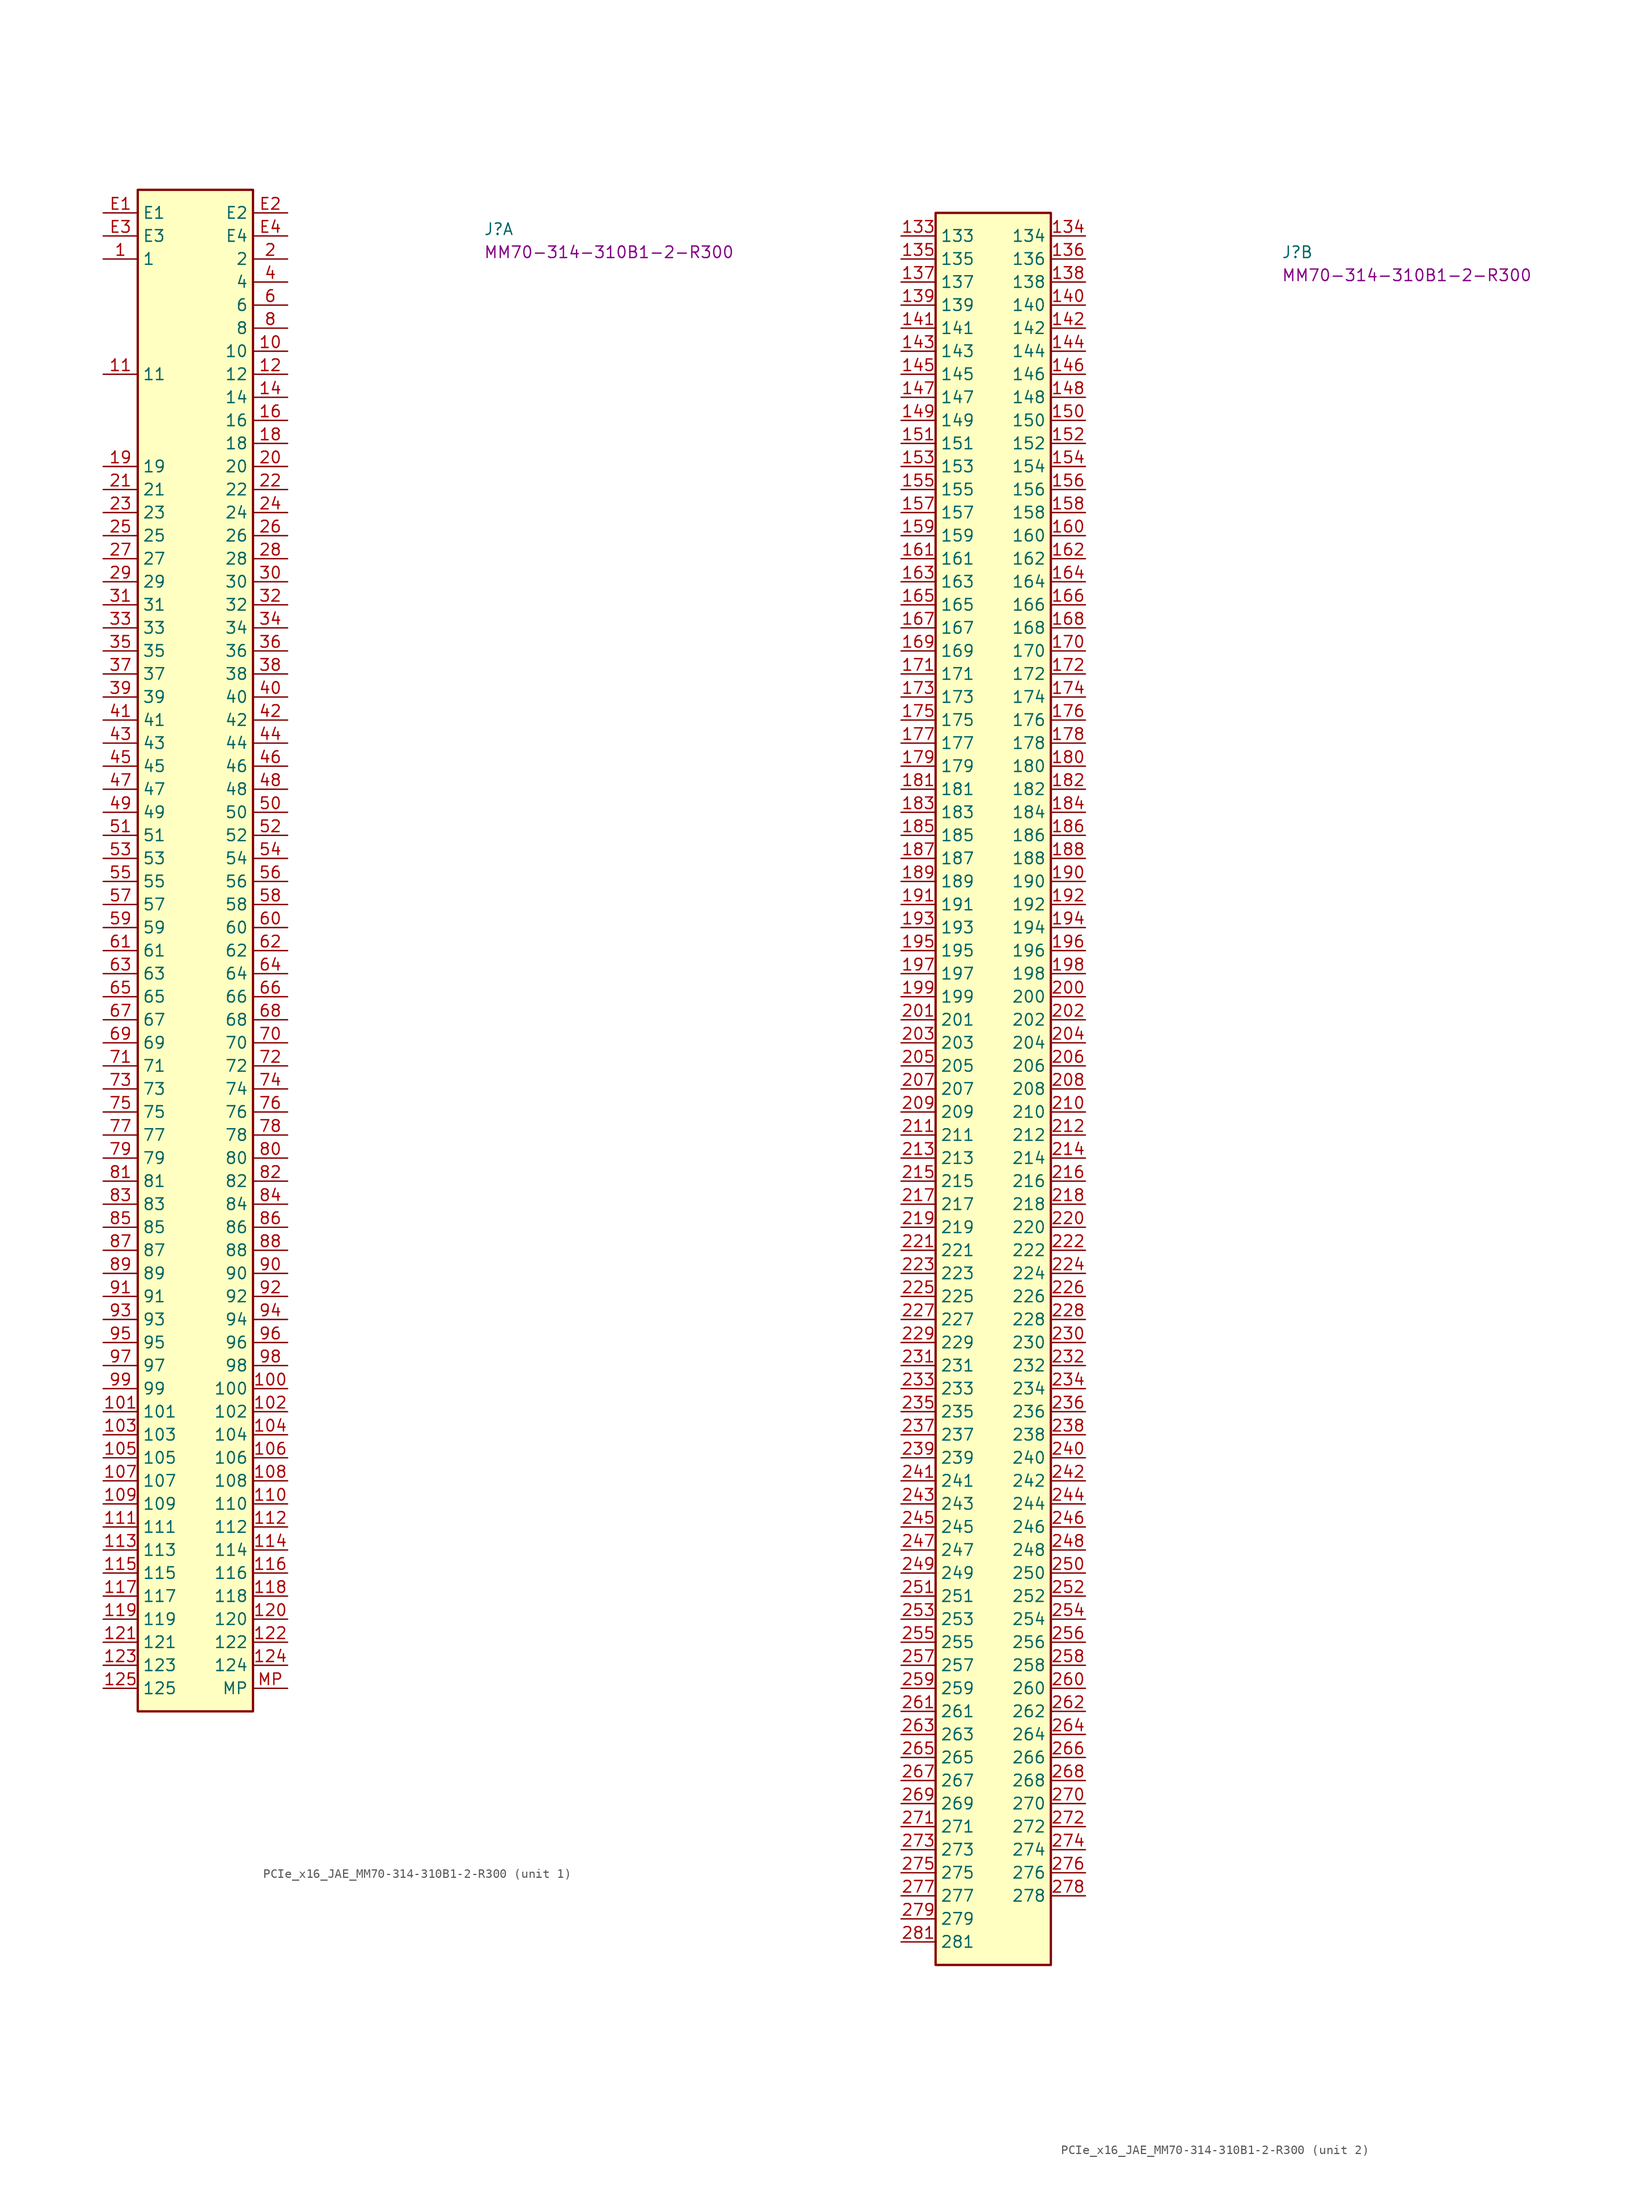
<source format=kicad_sym>
(kicad_symbol_lib
  (version 20220914)
  (generator kicad_symbol_editor)
  (symbol "PCIe_x16_JAE_MM70-314-310B1-2-R300"
    (property "Reference" "J"
      (at 41.91 -2.54 0)
      (effects (font (size 1.27 1.27) (thickness 0.15)) (justify left bottom)))
    (property "MPN" "MM70-314-310B1-2-R300"
      (at 41.91 -5.08 0)
      (effects (font (size 1.27 1.27) (thickness 0.15)) (justify left bottom)))
    (property "ki_locked" ""
      (at 0 0 0)
      (effects (font (size 1.27 1.27))))
    (symbol "PCIe_x16_JAE_MM70-314-310B1-2-R300_1_1"
      (rectangle (start 3.81 2.54) (end 16.51 -165.1) (stroke (width 0.254) (type default)) (fill (type background)))
      (pin passive line (at 0 -5.08 0) (length 3.81) (name "1" (effects (font (size 1.27 1.27)))) (number "1" (effects (font (size 1.27 1.27)))))
      (pin passive line (at 20.32 -15.24 180) (length 3.81) (name "10" (effects (font (size 1.27 1.27)))) (number "10" (effects (font (size 1.27 1.27)))))
      (pin passive line (at 20.32 -129.54 180) (length 3.81) (name "100" (effects (font (size 1.27 1.27)))) (number "100" (effects (font (size 1.27 1.27)))))
      (pin passive line (at 0 -132.08 0) (length 3.81) (name "101" (effects (font (size 1.27 1.27)))) (number "101" (effects (font (size 1.27 1.27)))))
      (pin passive line (at 20.32 -132.08 180) (length 3.81) (name "102" (effects (font (size 1.27 1.27)))) (number "102" (effects (font (size 1.27 1.27)))))
      (pin passive line (at 0 -134.62 0) (length 3.81) (name "103" (effects (font (size 1.27 1.27)))) (number "103" (effects (font (size 1.27 1.27)))))
      (pin passive line (at 20.32 -134.62 180) (length 3.81) (name "104" (effects (font (size 1.27 1.27)))) (number "104" (effects (font (size 1.27 1.27)))))
      (pin passive line (at 0 -137.16 0) (length 3.81) (name "105" (effects (font (size 1.27 1.27)))) (number "105" (effects (font (size 1.27 1.27)))))
      (pin passive line (at 20.32 -137.16 180) (length 3.81) (name "106" (effects (font (size 1.27 1.27)))) (number "106" (effects (font (size 1.27 1.27)))))
      (pin passive line (at 0 -139.7 0) (length 3.81) (name "107" (effects (font (size 1.27 1.27)))) (number "107" (effects (font (size 1.27 1.27)))))
      (pin passive line (at 20.32 -139.7 180) (length 3.81) (name "108" (effects (font (size 1.27 1.27)))) (number "108" (effects (font (size 1.27 1.27)))))
      (pin passive line (at 0 -142.24 0) (length 3.81) (name "109" (effects (font (size 1.27 1.27)))) (number "109" (effects (font (size 1.27 1.27)))))
      (pin passive line (at 0 -17.78 0) (length 3.81) (name "11" (effects (font (size 1.27 1.27)))) (number "11" (effects (font (size 1.27 1.27)))))
      (pin passive line (at 20.32 -142.24 180) (length 3.81) (name "110" (effects (font (size 1.27 1.27)))) (number "110" (effects (font (size 1.27 1.27)))))
      (pin passive line (at 0 -144.78 0) (length 3.81) (name "111" (effects (font (size 1.27 1.27)))) (number "111" (effects (font (size 1.27 1.27)))))
      (pin passive line (at 20.32 -144.78 180) (length 3.81) (name "112" (effects (font (size 1.27 1.27)))) (number "112" (effects (font (size 1.27 1.27)))))
      (pin passive line (at 0 -147.32 0) (length 3.81) (name "113" (effects (font (size 1.27 1.27)))) (number "113" (effects (font (size 1.27 1.27)))))
      (pin passive line (at 20.32 -147.32 180) (length 3.81) (name "114" (effects (font (size 1.27 1.27)))) (number "114" (effects (font (size 1.27 1.27)))))
      (pin passive line (at 0 -149.86 0) (length 3.81) (name "115" (effects (font (size 1.27 1.27)))) (number "115" (effects (font (size 1.27 1.27)))))
      (pin passive line (at 20.32 -149.86 180) (length 3.81) (name "116" (effects (font (size 1.27 1.27)))) (number "116" (effects (font (size 1.27 1.27)))))
      (pin passive line (at 0 -152.4 0) (length 3.81) (name "117" (effects (font (size 1.27 1.27)))) (number "117" (effects (font (size 1.27 1.27)))))
      (pin passive line (at 20.32 -152.4 180) (length 3.81) (name "118" (effects (font (size 1.27 1.27)))) (number "118" (effects (font (size 1.27 1.27)))))
      (pin passive line (at 0 -154.94 0) (length 3.81) (name "119" (effects (font (size 1.27 1.27)))) (number "119" (effects (font (size 1.27 1.27)))))
      (pin passive line (at 20.32 -17.78 180) (length 3.81) (name "12" (effects (font (size 1.27 1.27)))) (number "12" (effects (font (size 1.27 1.27)))))
      (pin passive line (at 20.32 -154.94 180) (length 3.81) (name "120" (effects (font (size 1.27 1.27)))) (number "120" (effects (font (size 1.27 1.27)))))
      (pin passive line (at 0 -157.48 0) (length 3.81) (name "121" (effects (font (size 1.27 1.27)))) (number "121" (effects (font (size 1.27 1.27)))))
      (pin passive line (at 20.32 -157.48 180) (length 3.81) (name "122" (effects (font (size 1.27 1.27)))) (number "122" (effects (font (size 1.27 1.27)))))
      (pin passive line (at 0 -160.02 0) (length 3.81) (name "123" (effects (font (size 1.27 1.27)))) (number "123" (effects (font (size 1.27 1.27)))))
      (pin passive line (at 20.32 -160.02 180) (length 3.81) (name "124" (effects (font (size 1.27 1.27)))) (number "124" (effects (font (size 1.27 1.27)))))
      (pin passive line (at 0 -162.56 0) (length 3.81) (name "125" (effects (font (size 1.27 1.27)))) (number "125" (effects (font (size 1.27 1.27)))))
      (pin passive line (at 20.32 -20.32 180) (length 3.81) (name "14" (effects (font (size 1.27 1.27)))) (number "14" (effects (font (size 1.27 1.27)))))
      (pin passive line (at 20.32 -22.86 180) (length 3.81) (name "16" (effects (font (size 1.27 1.27)))) (number "16" (effects (font (size 1.27 1.27)))))
      (pin passive line (at 20.32 -25.4 180) (length 3.81) (name "18" (effects (font (size 1.27 1.27)))) (number "18" (effects (font (size 1.27 1.27)))))
      (pin passive line (at 0 -27.94 0) (length 3.81) (name "19" (effects (font (size 1.27 1.27)))) (number "19" (effects (font (size 1.27 1.27)))))
      (pin passive line (at 20.32 -5.08 180) (length 3.81) (name "2" (effects (font (size 1.27 1.27)))) (number "2" (effects (font (size 1.27 1.27)))))
      (pin passive line (at 20.32 -27.94 180) (length 3.81) (name "20" (effects (font (size 1.27 1.27)))) (number "20" (effects (font (size 1.27 1.27)))))
      (pin passive line (at 0 -30.48 0) (length 3.81) (name "21" (effects (font (size 1.27 1.27)))) (number "21" (effects (font (size 1.27 1.27)))))
      (pin passive line (at 20.32 -30.48 180) (length 3.81) (name "22" (effects (font (size 1.27 1.27)))) (number "22" (effects (font (size 1.27 1.27)))))
      (pin passive line (at 0 -33.02 0) (length 3.81) (name "23" (effects (font (size 1.27 1.27)))) (number "23" (effects (font (size 1.27 1.27)))))
      (pin passive line (at 20.32 -33.02 180) (length 3.81) (name "24" (effects (font (size 1.27 1.27)))) (number "24" (effects (font (size 1.27 1.27)))))
      (pin passive line (at 0 -35.56 0) (length 3.81) (name "25" (effects (font (size 1.27 1.27)))) (number "25" (effects (font (size 1.27 1.27)))))
      (pin passive line (at 20.32 -35.56 180) (length 3.81) (name "26" (effects (font (size 1.27 1.27)))) (number "26" (effects (font (size 1.27 1.27)))))
      (pin passive line (at 0 -38.1 0) (length 3.81) (name "27" (effects (font (size 1.27 1.27)))) (number "27" (effects (font (size 1.27 1.27)))))
      (pin passive line (at 20.32 -38.1 180) (length 3.81) (name "28" (effects (font (size 1.27 1.27)))) (number "28" (effects (font (size 1.27 1.27)))))
      (pin passive line (at 0 -40.64 0) (length 3.81) (name "29" (effects (font (size 1.27 1.27)))) (number "29" (effects (font (size 1.27 1.27)))))
      (pin passive line (at 20.32 -40.64 180) (length 3.81) (name "30" (effects (font (size 1.27 1.27)))) (number "30" (effects (font (size 1.27 1.27)))))
      (pin passive line (at 0 -43.18 0) (length 3.81) (name "31" (effects (font (size 1.27 1.27)))) (number "31" (effects (font (size 1.27 1.27)))))
      (pin passive line (at 20.32 -43.18 180) (length 3.81) (name "32" (effects (font (size 1.27 1.27)))) (number "32" (effects (font (size 1.27 1.27)))))
      (pin passive line (at 0 -45.72 0) (length 3.81) (name "33" (effects (font (size 1.27 1.27)))) (number "33" (effects (font (size 1.27 1.27)))))
      (pin passive line (at 20.32 -45.72 180) (length 3.81) (name "34" (effects (font (size 1.27 1.27)))) (number "34" (effects (font (size 1.27 1.27)))))
      (pin passive line (at 0 -48.26 0) (length 3.81) (name "35" (effects (font (size 1.27 1.27)))) (number "35" (effects (font (size 1.27 1.27)))))
      (pin passive line (at 20.32 -48.26 180) (length 3.81) (name "36" (effects (font (size 1.27 1.27)))) (number "36" (effects (font (size 1.27 1.27)))))
      (pin passive line (at 0 -50.8 0) (length 3.81) (name "37" (effects (font (size 1.27 1.27)))) (number "37" (effects (font (size 1.27 1.27)))))
      (pin passive line (at 20.32 -50.8 180) (length 3.81) (name "38" (effects (font (size 1.27 1.27)))) (number "38" (effects (font (size 1.27 1.27)))))
      (pin passive line (at 0 -53.34 0) (length 3.81) (name "39" (effects (font (size 1.27 1.27)))) (number "39" (effects (font (size 1.27 1.27)))))
      (pin passive line (at 20.32 -7.62 180) (length 3.81) (name "4" (effects (font (size 1.27 1.27)))) (number "4" (effects (font (size 1.27 1.27)))))
      (pin passive line (at 20.32 -53.34 180) (length 3.81) (name "40" (effects (font (size 1.27 1.27)))) (number "40" (effects (font (size 1.27 1.27)))))
      (pin passive line (at 0 -55.88 0) (length 3.81) (name "41" (effects (font (size 1.27 1.27)))) (number "41" (effects (font (size 1.27 1.27)))))
      (pin passive line (at 20.32 -55.88 180) (length 3.81) (name "42" (effects (font (size 1.27 1.27)))) (number "42" (effects (font (size 1.27 1.27)))))
      (pin passive line (at 0 -58.42 0) (length 3.81) (name "43" (effects (font (size 1.27 1.27)))) (number "43" (effects (font (size 1.27 1.27)))))
      (pin passive line (at 20.32 -58.42 180) (length 3.81) (name "44" (effects (font (size 1.27 1.27)))) (number "44" (effects (font (size 1.27 1.27)))))
      (pin passive line (at 0 -60.96 0) (length 3.81) (name "45" (effects (font (size 1.27 1.27)))) (number "45" (effects (font (size 1.27 1.27)))))
      (pin passive line (at 20.32 -60.96 180) (length 3.81) (name "46" (effects (font (size 1.27 1.27)))) (number "46" (effects (font (size 1.27 1.27)))))
      (pin passive line (at 0 -63.5 0) (length 3.81) (name "47" (effects (font (size 1.27 1.27)))) (number "47" (effects (font (size 1.27 1.27)))))
      (pin passive line (at 20.32 -63.5 180) (length 3.81) (name "48" (effects (font (size 1.27 1.27)))) (number "48" (effects (font (size 1.27 1.27)))))
      (pin passive line (at 0 -66.04 0) (length 3.81) (name "49" (effects (font (size 1.27 1.27)))) (number "49" (effects (font (size 1.27 1.27)))))
      (pin passive line (at 20.32 -66.04 180) (length 3.81) (name "50" (effects (font (size 1.27 1.27)))) (number "50" (effects (font (size 1.27 1.27)))))
      (pin passive line (at 0 -68.58 0) (length 3.81) (name "51" (effects (font (size 1.27 1.27)))) (number "51" (effects (font (size 1.27 1.27)))))
      (pin passive line (at 20.32 -68.58 180) (length 3.81) (name "52" (effects (font (size 1.27 1.27)))) (number "52" (effects (font (size 1.27 1.27)))))
      (pin passive line (at 0 -71.12 0) (length 3.81) (name "53" (effects (font (size 1.27 1.27)))) (number "53" (effects (font (size 1.27 1.27)))))
      (pin passive line (at 20.32 -71.12 180) (length 3.81) (name "54" (effects (font (size 1.27 1.27)))) (number "54" (effects (font (size 1.27 1.27)))))
      (pin passive line (at 0 -73.66 0) (length 3.81) (name "55" (effects (font (size 1.27 1.27)))) (number "55" (effects (font (size 1.27 1.27)))))
      (pin passive line (at 20.32 -73.66 180) (length 3.81) (name "56" (effects (font (size 1.27 1.27)))) (number "56" (effects (font (size 1.27 1.27)))))
      (pin passive line (at 0 -76.2 0) (length 3.81) (name "57" (effects (font (size 1.27 1.27)))) (number "57" (effects (font (size 1.27 1.27)))))
      (pin passive line (at 20.32 -76.2 180) (length 3.81) (name "58" (effects (font (size 1.27 1.27)))) (number "58" (effects (font (size 1.27 1.27)))))
      (pin passive line (at 0 -78.74 0) (length 3.81) (name "59" (effects (font (size 1.27 1.27)))) (number "59" (effects (font (size 1.27 1.27)))))
      (pin passive line (at 20.32 -10.16 180) (length 3.81) (name "6" (effects (font (size 1.27 1.27)))) (number "6" (effects (font (size 1.27 1.27)))))
      (pin passive line (at 20.32 -78.74 180) (length 3.81) (name "60" (effects (font (size 1.27 1.27)))) (number "60" (effects (font (size 1.27 1.27)))))
      (pin passive line (at 0 -81.28 0) (length 3.81) (name "61" (effects (font (size 1.27 1.27)))) (number "61" (effects (font (size 1.27 1.27)))))
      (pin passive line (at 20.32 -81.28 180) (length 3.81) (name "62" (effects (font (size 1.27 1.27)))) (number "62" (effects (font (size 1.27 1.27)))))
      (pin passive line (at 0 -83.82 0) (length 3.81) (name "63" (effects (font (size 1.27 1.27)))) (number "63" (effects (font (size 1.27 1.27)))))
      (pin passive line (at 20.32 -83.82 180) (length 3.81) (name "64" (effects (font (size 1.27 1.27)))) (number "64" (effects (font (size 1.27 1.27)))))
      (pin passive line (at 0 -86.36 0) (length 3.81) (name "65" (effects (font (size 1.27 1.27)))) (number "65" (effects (font (size 1.27 1.27)))))
      (pin passive line (at 20.32 -86.36 180) (length 3.81) (name "66" (effects (font (size 1.27 1.27)))) (number "66" (effects (font (size 1.27 1.27)))))
      (pin passive line (at 0 -88.9 0) (length 3.81) (name "67" (effects (font (size 1.27 1.27)))) (number "67" (effects (font (size 1.27 1.27)))))
      (pin passive line (at 20.32 -88.9 180) (length 3.81) (name "68" (effects (font (size 1.27 1.27)))) (number "68" (effects (font (size 1.27 1.27)))))
      (pin passive line (at 0 -91.44 0) (length 3.81) (name "69" (effects (font (size 1.27 1.27)))) (number "69" (effects (font (size 1.27 1.27)))))
      (pin passive line (at 20.32 -91.44 180) (length 3.81) (name "70" (effects (font (size 1.27 1.27)))) (number "70" (effects (font (size 1.27 1.27)))))
      (pin passive line (at 0 -93.98 0) (length 3.81) (name "71" (effects (font (size 1.27 1.27)))) (number "71" (effects (font (size 1.27 1.27)))))
      (pin passive line (at 20.32 -93.98 180) (length 3.81) (name "72" (effects (font (size 1.27 1.27)))) (number "72" (effects (font (size 1.27 1.27)))))
      (pin passive line (at 0 -96.52 0) (length 3.81) (name "73" (effects (font (size 1.27 1.27)))) (number "73" (effects (font (size 1.27 1.27)))))
      (pin passive line (at 20.32 -96.52 180) (length 3.81) (name "74" (effects (font (size 1.27 1.27)))) (number "74" (effects (font (size 1.27 1.27)))))
      (pin passive line (at 0 -99.06 0) (length 3.81) (name "75" (effects (font (size 1.27 1.27)))) (number "75" (effects (font (size 1.27 1.27)))))
      (pin passive line (at 20.32 -99.06 180) (length 3.81) (name "76" (effects (font (size 1.27 1.27)))) (number "76" (effects (font (size 1.27 1.27)))))
      (pin passive line (at 0 -101.6 0) (length 3.81) (name "77" (effects (font (size 1.27 1.27)))) (number "77" (effects (font (size 1.27 1.27)))))
      (pin passive line (at 20.32 -101.6 180) (length 3.81) (name "78" (effects (font (size 1.27 1.27)))) (number "78" (effects (font (size 1.27 1.27)))))
      (pin passive line (at 0 -104.14 0) (length 3.81) (name "79" (effects (font (size 1.27 1.27)))) (number "79" (effects (font (size 1.27 1.27)))))
      (pin passive line (at 20.32 -12.7 180) (length 3.81) (name "8" (effects (font (size 1.27 1.27)))) (number "8" (effects (font (size 1.27 1.27)))))
      (pin passive line (at 20.32 -104.14 180) (length 3.81) (name "80" (effects (font (size 1.27 1.27)))) (number "80" (effects (font (size 1.27 1.27)))))
      (pin passive line (at 0 -106.68 0) (length 3.81) (name "81" (effects (font (size 1.27 1.27)))) (number "81" (effects (font (size 1.27 1.27)))))
      (pin passive line (at 20.32 -106.68 180) (length 3.81) (name "82" (effects (font (size 1.27 1.27)))) (number "82" (effects (font (size 1.27 1.27)))))
      (pin passive line (at 0 -109.22 0) (length 3.81) (name "83" (effects (font (size 1.27 1.27)))) (number "83" (effects (font (size 1.27 1.27)))))
      (pin passive line (at 20.32 -109.22 180) (length 3.81) (name "84" (effects (font (size 1.27 1.27)))) (number "84" (effects (font (size 1.27 1.27)))))
      (pin passive line (at 0 -111.76 0) (length 3.81) (name "85" (effects (font (size 1.27 1.27)))) (number "85" (effects (font (size 1.27 1.27)))))
      (pin passive line (at 20.32 -111.76 180) (length 3.81) (name "86" (effects (font (size 1.27 1.27)))) (number "86" (effects (font (size 1.27 1.27)))))
      (pin passive line (at 0 -114.3 0) (length 3.81) (name "87" (effects (font (size 1.27 1.27)))) (number "87" (effects (font (size 1.27 1.27)))))
      (pin passive line (at 20.32 -114.3 180) (length 3.81) (name "88" (effects (font (size 1.27 1.27)))) (number "88" (effects (font (size 1.27 1.27)))))
      (pin passive line (at 0 -116.84 0) (length 3.81) (name "89" (effects (font (size 1.27 1.27)))) (number "89" (effects (font (size 1.27 1.27)))))
      (pin passive line (at 20.32 -116.84 180) (length 3.81) (name "90" (effects (font (size 1.27 1.27)))) (number "90" (effects (font (size 1.27 1.27)))))
      (pin passive line (at 0 -119.38 0) (length 3.81) (name "91" (effects (font (size 1.27 1.27)))) (number "91" (effects (font (size 1.27 1.27)))))
      (pin passive line (at 20.32 -119.38 180) (length 3.81) (name "92" (effects (font (size 1.27 1.27)))) (number "92" (effects (font (size 1.27 1.27)))))
      (pin passive line (at 0 -121.92 0) (length 3.81) (name "93" (effects (font (size 1.27 1.27)))) (number "93" (effects (font (size 1.27 1.27)))))
      (pin passive line (at 20.32 -121.92 180) (length 3.81) (name "94" (effects (font (size 1.27 1.27)))) (number "94" (effects (font (size 1.27 1.27)))))
      (pin passive line (at 0 -124.46 0) (length 3.81) (name "95" (effects (font (size 1.27 1.27)))) (number "95" (effects (font (size 1.27 1.27)))))
      (pin passive line (at 20.32 -124.46 180) (length 3.81) (name "96" (effects (font (size 1.27 1.27)))) (number "96" (effects (font (size 1.27 1.27)))))
      (pin passive line (at 0 -127 0) (length 3.81) (name "97" (effects (font (size 1.27 1.27)))) (number "97" (effects (font (size 1.27 1.27)))))
      (pin passive line (at 20.32 -127 180) (length 3.81) (name "98" (effects (font (size 1.27 1.27)))) (number "98" (effects (font (size 1.27 1.27)))))
      (pin passive line (at 0 -129.54 0) (length 3.81) (name "99" (effects (font (size 1.27 1.27)))) (number "99" (effects (font (size 1.27 1.27)))))
      (pin passive line (at 0 0 0) (length 3.81) (name "E1" (effects (font (size 1.27 1.27)))) (number "E1" (effects (font (size 1.27 1.27)))))
      (pin passive line (at 20.32 0 180) (length 3.81) (name "E2" (effects (font (size 1.27 1.27)))) (number "E2" (effects (font (size 1.27 1.27)))))
      (pin passive line (at 0 -2.54 0) (length 3.81) (name "E3" (effects (font (size 1.27 1.27)))) (number "E3" (effects (font (size 1.27 1.27)))))
      (pin passive line (at 20.32 -2.54 180) (length 3.81) (name "E4" (effects (font (size 1.27 1.27)))) (number "E4" (effects (font (size 1.27 1.27)))))
      (pin passive line (at 20.32 -162.56 180) (length 3.81) (name "MP" (effects (font (size 1.27 1.27)))) (number "MP" (effects (font (size 1.27 1.27))))))
    (symbol "PCIe_x16_JAE_MM70-314-310B1-2-R300_2_1"
      (rectangle (start 3.81 2.54) (end 16.51 -190.5) (stroke (width 0.254) (type default)) (fill (type background)))
      (pin passive line (at 0 0 0) (length 3.81) (name "133" (effects (font (size 1.27 1.27)))) (number "133" (effects (font (size 1.27 1.27)))))
      (pin passive line (at 20.32 0 180) (length 3.81) (name "134" (effects (font (size 1.27 1.27)))) (number "134" (effects (font (size 1.27 1.27)))))
      (pin passive line (at 0 -2.54 0) (length 3.81) (name "135" (effects (font (size 1.27 1.27)))) (number "135" (effects (font (size 1.27 1.27)))))
      (pin passive line (at 20.32 -2.54 180) (length 3.81) (name "136" (effects (font (size 1.27 1.27)))) (number "136" (effects (font (size 1.27 1.27)))))
      (pin passive line (at 0 -5.08 0) (length 3.81) (name "137" (effects (font (size 1.27 1.27)))) (number "137" (effects (font (size 1.27 1.27)))))
      (pin passive line (at 20.32 -5.08 180) (length 3.81) (name "138" (effects (font (size 1.27 1.27)))) (number "138" (effects (font (size 1.27 1.27)))))
      (pin passive line (at 0 -7.62 0) (length 3.81) (name "139" (effects (font (size 1.27 1.27)))) (number "139" (effects (font (size 1.27 1.27)))))
      (pin passive line (at 20.32 -7.62 180) (length 3.81) (name "140" (effects (font (size 1.27 1.27)))) (number "140" (effects (font (size 1.27 1.27)))))
      (pin passive line (at 0 -10.16 0) (length 3.81) (name "141" (effects (font (size 1.27 1.27)))) (number "141" (effects (font (size 1.27 1.27)))))
      (pin passive line (at 20.32 -10.16 180) (length 3.81) (name "142" (effects (font (size 1.27 1.27)))) (number "142" (effects (font (size 1.27 1.27)))))
      (pin passive line (at 0 -12.7 0) (length 3.81) (name "143" (effects (font (size 1.27 1.27)))) (number "143" (effects (font (size 1.27 1.27)))))
      (pin passive line (at 20.32 -12.7 180) (length 3.81) (name "144" (effects (font (size 1.27 1.27)))) (number "144" (effects (font (size 1.27 1.27)))))
      (pin passive line (at 0 -15.24 0) (length 3.81) (name "145" (effects (font (size 1.27 1.27)))) (number "145" (effects (font (size 1.27 1.27)))))
      (pin passive line (at 20.32 -15.24 180) (length 3.81) (name "146" (effects (font (size 1.27 1.27)))) (number "146" (effects (font (size 1.27 1.27)))))
      (pin passive line (at 0 -17.78 0) (length 3.81) (name "147" (effects (font (size 1.27 1.27)))) (number "147" (effects (font (size 1.27 1.27)))))
      (pin passive line (at 20.32 -17.78 180) (length 3.81) (name "148" (effects (font (size 1.27 1.27)))) (number "148" (effects (font (size 1.27 1.27)))))
      (pin passive line (at 0 -20.32 0) (length 3.81) (name "149" (effects (font (size 1.27 1.27)))) (number "149" (effects (font (size 1.27 1.27)))))
      (pin passive line (at 20.32 -20.32 180) (length 3.81) (name "150" (effects (font (size 1.27 1.27)))) (number "150" (effects (font (size 1.27 1.27)))))
      (pin passive line (at 0 -22.86 0) (length 3.81) (name "151" (effects (font (size 1.27 1.27)))) (number "151" (effects (font (size 1.27 1.27)))))
      (pin passive line (at 20.32 -22.86 180) (length 3.81) (name "152" (effects (font (size 1.27 1.27)))) (number "152" (effects (font (size 1.27 1.27)))))
      (pin passive line (at 0 -25.4 0) (length 3.81) (name "153" (effects (font (size 1.27 1.27)))) (number "153" (effects (font (size 1.27 1.27)))))
      (pin passive line (at 20.32 -25.4 180) (length 3.81) (name "154" (effects (font (size 1.27 1.27)))) (number "154" (effects (font (size 1.27 1.27)))))
      (pin passive line (at 0 -27.94 0) (length 3.81) (name "155" (effects (font (size 1.27 1.27)))) (number "155" (effects (font (size 1.27 1.27)))))
      (pin passive line (at 20.32 -27.94 180) (length 3.81) (name "156" (effects (font (size 1.27 1.27)))) (number "156" (effects (font (size 1.27 1.27)))))
      (pin passive line (at 0 -30.48 0) (length 3.81) (name "157" (effects (font (size 1.27 1.27)))) (number "157" (effects (font (size 1.27 1.27)))))
      (pin passive line (at 20.32 -30.48 180) (length 3.81) (name "158" (effects (font (size 1.27 1.27)))) (number "158" (effects (font (size 1.27 1.27)))))
      (pin passive line (at 0 -33.02 0) (length 3.81) (name "159" (effects (font (size 1.27 1.27)))) (number "159" (effects (font (size 1.27 1.27)))))
      (pin passive line (at 20.32 -33.02 180) (length 3.81) (name "160" (effects (font (size 1.27 1.27)))) (number "160" (effects (font (size 1.27 1.27)))))
      (pin passive line (at 0 -35.56 0) (length 3.81) (name "161" (effects (font (size 1.27 1.27)))) (number "161" (effects (font (size 1.27 1.27)))))
      (pin passive line (at 20.32 -35.56 180) (length 3.81) (name "162" (effects (font (size 1.27 1.27)))) (number "162" (effects (font (size 1.27 1.27)))))
      (pin passive line (at 0 -38.1 0) (length 3.81) (name "163" (effects (font (size 1.27 1.27)))) (number "163" (effects (font (size 1.27 1.27)))))
      (pin passive line (at 20.32 -38.1 180) (length 3.81) (name "164" (effects (font (size 1.27 1.27)))) (number "164" (effects (font (size 1.27 1.27)))))
      (pin passive line (at 0 -40.64 0) (length 3.81) (name "165" (effects (font (size 1.27 1.27)))) (number "165" (effects (font (size 1.27 1.27)))))
      (pin passive line (at 20.32 -40.64 180) (length 3.81) (name "166" (effects (font (size 1.27 1.27)))) (number "166" (effects (font (size 1.27 1.27)))))
      (pin passive line (at 0 -43.18 0) (length 3.81) (name "167" (effects (font (size 1.27 1.27)))) (number "167" (effects (font (size 1.27 1.27)))))
      (pin passive line (at 20.32 -43.18 180) (length 3.81) (name "168" (effects (font (size 1.27 1.27)))) (number "168" (effects (font (size 1.27 1.27)))))
      (pin passive line (at 0 -45.72 0) (length 3.81) (name "169" (effects (font (size 1.27 1.27)))) (number "169" (effects (font (size 1.27 1.27)))))
      (pin passive line (at 20.32 -45.72 180) (length 3.81) (name "170" (effects (font (size 1.27 1.27)))) (number "170" (effects (font (size 1.27 1.27)))))
      (pin passive line (at 0 -48.26 0) (length 3.81) (name "171" (effects (font (size 1.27 1.27)))) (number "171" (effects (font (size 1.27 1.27)))))
      (pin passive line (at 20.32 -48.26 180) (length 3.81) (name "172" (effects (font (size 1.27 1.27)))) (number "172" (effects (font (size 1.27 1.27)))))
      (pin passive line (at 0 -50.8 0) (length 3.81) (name "173" (effects (font (size 1.27 1.27)))) (number "173" (effects (font (size 1.27 1.27)))))
      (pin passive line (at 20.32 -50.8 180) (length 3.81) (name "174" (effects (font (size 1.27 1.27)))) (number "174" (effects (font (size 1.27 1.27)))))
      (pin passive line (at 0 -53.34 0) (length 3.81) (name "175" (effects (font (size 1.27 1.27)))) (number "175" (effects (font (size 1.27 1.27)))))
      (pin passive line (at 20.32 -53.34 180) (length 3.81) (name "176" (effects (font (size 1.27 1.27)))) (number "176" (effects (font (size 1.27 1.27)))))
      (pin passive line (at 0 -55.88 0) (length 3.81) (name "177" (effects (font (size 1.27 1.27)))) (number "177" (effects (font (size 1.27 1.27)))))
      (pin passive line (at 20.32 -55.88 180) (length 3.81) (name "178" (effects (font (size 1.27 1.27)))) (number "178" (effects (font (size 1.27 1.27)))))
      (pin passive line (at 0 -58.42 0) (length 3.81) (name "179" (effects (font (size 1.27 1.27)))) (number "179" (effects (font (size 1.27 1.27)))))
      (pin passive line (at 20.32 -58.42 180) (length 3.81) (name "180" (effects (font (size 1.27 1.27)))) (number "180" (effects (font (size 1.27 1.27)))))
      (pin passive line (at 0 -60.96 0) (length 3.81) (name "181" (effects (font (size 1.27 1.27)))) (number "181" (effects (font (size 1.27 1.27)))))
      (pin passive line (at 20.32 -60.96 180) (length 3.81) (name "182" (effects (font (size 1.27 1.27)))) (number "182" (effects (font (size 1.27 1.27)))))
      (pin passive line (at 0 -63.5 0) (length 3.81) (name "183" (effects (font (size 1.27 1.27)))) (number "183" (effects (font (size 1.27 1.27)))))
      (pin passive line (at 20.32 -63.5 180) (length 3.81) (name "184" (effects (font (size 1.27 1.27)))) (number "184" (effects (font (size 1.27 1.27)))))
      (pin passive line (at 0 -66.04 0) (length 3.81) (name "185" (effects (font (size 1.27 1.27)))) (number "185" (effects (font (size 1.27 1.27)))))
      (pin passive line (at 20.32 -66.04 180) (length 3.81) (name "186" (effects (font (size 1.27 1.27)))) (number "186" (effects (font (size 1.27 1.27)))))
      (pin passive line (at 0 -68.58 0) (length 3.81) (name "187" (effects (font (size 1.27 1.27)))) (number "187" (effects (font (size 1.27 1.27)))))
      (pin passive line (at 20.32 -68.58 180) (length 3.81) (name "188" (effects (font (size 1.27 1.27)))) (number "188" (effects (font (size 1.27 1.27)))))
      (pin passive line (at 0 -71.12 0) (length 3.81) (name "189" (effects (font (size 1.27 1.27)))) (number "189" (effects (font (size 1.27 1.27)))))
      (pin passive line (at 20.32 -71.12 180) (length 3.81) (name "190" (effects (font (size 1.27 1.27)))) (number "190" (effects (font (size 1.27 1.27)))))
      (pin passive line (at 0 -73.66 0) (length 3.81) (name "191" (effects (font (size 1.27 1.27)))) (number "191" (effects (font (size 1.27 1.27)))))
      (pin passive line (at 20.32 -73.66 180) (length 3.81) (name "192" (effects (font (size 1.27 1.27)))) (number "192" (effects (font (size 1.27 1.27)))))
      (pin passive line (at 0 -76.2 0) (length 3.81) (name "193" (effects (font (size 1.27 1.27)))) (number "193" (effects (font (size 1.27 1.27)))))
      (pin passive line (at 20.32 -76.2 180) (length 3.81) (name "194" (effects (font (size 1.27 1.27)))) (number "194" (effects (font (size 1.27 1.27)))))
      (pin passive line (at 0 -78.74 0) (length 3.81) (name "195" (effects (font (size 1.27 1.27)))) (number "195" (effects (font (size 1.27 1.27)))))
      (pin passive line (at 20.32 -78.74 180) (length 3.81) (name "196" (effects (font (size 1.27 1.27)))) (number "196" (effects (font (size 1.27 1.27)))))
      (pin passive line (at 0 -81.28 0) (length 3.81) (name "197" (effects (font (size 1.27 1.27)))) (number "197" (effects (font (size 1.27 1.27)))))
      (pin passive line (at 20.32 -81.28 180) (length 3.81) (name "198" (effects (font (size 1.27 1.27)))) (number "198" (effects (font (size 1.27 1.27)))))
      (pin passive line (at 0 -83.82 0) (length 3.81) (name "199" (effects (font (size 1.27 1.27)))) (number "199" (effects (font (size 1.27 1.27)))))
      (pin passive line (at 20.32 -83.82 180) (length 3.81) (name "200" (effects (font (size 1.27 1.27)))) (number "200" (effects (font (size 1.27 1.27)))))
      (pin passive line (at 0 -86.36 0) (length 3.81) (name "201" (effects (font (size 1.27 1.27)))) (number "201" (effects (font (size 1.27 1.27)))))
      (pin passive line (at 20.32 -86.36 180) (length 3.81) (name "202" (effects (font (size 1.27 1.27)))) (number "202" (effects (font (size 1.27 1.27)))))
      (pin passive line (at 0 -88.9 0) (length 3.81) (name "203" (effects (font (size 1.27 1.27)))) (number "203" (effects (font (size 1.27 1.27)))))
      (pin passive line (at 20.32 -88.9 180) (length 3.81) (name "204" (effects (font (size 1.27 1.27)))) (number "204" (effects (font (size 1.27 1.27)))))
      (pin passive line (at 0 -91.44 0) (length 3.81) (name "205" (effects (font (size 1.27 1.27)))) (number "205" (effects (font (size 1.27 1.27)))))
      (pin passive line (at 20.32 -91.44 180) (length 3.81) (name "206" (effects (font (size 1.27 1.27)))) (number "206" (effects (font (size 1.27 1.27)))))
      (pin passive line (at 0 -93.98 0) (length 3.81) (name "207" (effects (font (size 1.27 1.27)))) (number "207" (effects (font (size 1.27 1.27)))))
      (pin passive line (at 20.32 -93.98 180) (length 3.81) (name "208" (effects (font (size 1.27 1.27)))) (number "208" (effects (font (size 1.27 1.27)))))
      (pin passive line (at 0 -96.52 0) (length 3.81) (name "209" (effects (font (size 1.27 1.27)))) (number "209" (effects (font (size 1.27 1.27)))))
      (pin passive line (at 20.32 -96.52 180) (length 3.81) (name "210" (effects (font (size 1.27 1.27)))) (number "210" (effects (font (size 1.27 1.27)))))
      (pin passive line (at 0 -99.06 0) (length 3.81) (name "211" (effects (font (size 1.27 1.27)))) (number "211" (effects (font (size 1.27 1.27)))))
      (pin passive line (at 20.32 -99.06 180) (length 3.81) (name "212" (effects (font (size 1.27 1.27)))) (number "212" (effects (font (size 1.27 1.27)))))
      (pin passive line (at 0 -101.6 0) (length 3.81) (name "213" (effects (font (size 1.27 1.27)))) (number "213" (effects (font (size 1.27 1.27)))))
      (pin passive line (at 20.32 -101.6 180) (length 3.81) (name "214" (effects (font (size 1.27 1.27)))) (number "214" (effects (font (size 1.27 1.27)))))
      (pin passive line (at 0 -104.14 0) (length 3.81) (name "215" (effects (font (size 1.27 1.27)))) (number "215" (effects (font (size 1.27 1.27)))))
      (pin passive line (at 20.32 -104.14 180) (length 3.81) (name "216" (effects (font (size 1.27 1.27)))) (number "216" (effects (font (size 1.27 1.27)))))
      (pin passive line (at 0 -106.68 0) (length 3.81) (name "217" (effects (font (size 1.27 1.27)))) (number "217" (effects (font (size 1.27 1.27)))))
      (pin passive line (at 20.32 -106.68 180) (length 3.81) (name "218" (effects (font (size 1.27 1.27)))) (number "218" (effects (font (size 1.27 1.27)))))
      (pin passive line (at 0 -109.22 0) (length 3.81) (name "219" (effects (font (size 1.27 1.27)))) (number "219" (effects (font (size 1.27 1.27)))))
      (pin passive line (at 20.32 -109.22 180) (length 3.81) (name "220" (effects (font (size 1.27 1.27)))) (number "220" (effects (font (size 1.27 1.27)))))
      (pin passive line (at 0 -111.76 0) (length 3.81) (name "221" (effects (font (size 1.27 1.27)))) (number "221" (effects (font (size 1.27 1.27)))))
      (pin passive line (at 20.32 -111.76 180) (length 3.81) (name "222" (effects (font (size 1.27 1.27)))) (number "222" (effects (font (size 1.27 1.27)))))
      (pin passive line (at 0 -114.3 0) (length 3.81) (name "223" (effects (font (size 1.27 1.27)))) (number "223" (effects (font (size 1.27 1.27)))))
      (pin passive line (at 20.32 -114.3 180) (length 3.81) (name "224" (effects (font (size 1.27 1.27)))) (number "224" (effects (font (size 1.27 1.27)))))
      (pin passive line (at 0 -116.84 0) (length 3.81) (name "225" (effects (font (size 1.27 1.27)))) (number "225" (effects (font (size 1.27 1.27)))))
      (pin passive line (at 20.32 -116.84 180) (length 3.81) (name "226" (effects (font (size 1.27 1.27)))) (number "226" (effects (font (size 1.27 1.27)))))
      (pin passive line (at 0 -119.38 0) (length 3.81) (name "227" (effects (font (size 1.27 1.27)))) (number "227" (effects (font (size 1.27 1.27)))))
      (pin passive line (at 20.32 -119.38 180) (length 3.81) (name "228" (effects (font (size 1.27 1.27)))) (number "228" (effects (font (size 1.27 1.27)))))
      (pin passive line (at 0 -121.92 0) (length 3.81) (name "229" (effects (font (size 1.27 1.27)))) (number "229" (effects (font (size 1.27 1.27)))))
      (pin passive line (at 20.32 -121.92 180) (length 3.81) (name "230" (effects (font (size 1.27 1.27)))) (number "230" (effects (font (size 1.27 1.27)))))
      (pin passive line (at 0 -124.46 0) (length 3.81) (name "231" (effects (font (size 1.27 1.27)))) (number "231" (effects (font (size 1.27 1.27)))))
      (pin passive line (at 20.32 -124.46 180) (length 3.81) (name "232" (effects (font (size 1.27 1.27)))) (number "232" (effects (font (size 1.27 1.27)))))
      (pin passive line (at 0 -127 0) (length 3.81) (name "233" (effects (font (size 1.27 1.27)))) (number "233" (effects (font (size 1.27 1.27)))))
      (pin passive line (at 20.32 -127 180) (length 3.81) (name "234" (effects (font (size 1.27 1.27)))) (number "234" (effects (font (size 1.27 1.27)))))
      (pin passive line (at 0 -129.54 0) (length 3.81) (name "235" (effects (font (size 1.27 1.27)))) (number "235" (effects (font (size 1.27 1.27)))))
      (pin passive line (at 20.32 -129.54 180) (length 3.81) (name "236" (effects (font (size 1.27 1.27)))) (number "236" (effects (font (size 1.27 1.27)))))
      (pin passive line (at 0 -132.08 0) (length 3.81) (name "237" (effects (font (size 1.27 1.27)))) (number "237" (effects (font (size 1.27 1.27)))))
      (pin passive line (at 20.32 -132.08 180) (length 3.81) (name "238" (effects (font (size 1.27 1.27)))) (number "238" (effects (font (size 1.27 1.27)))))
      (pin passive line (at 0 -134.62 0) (length 3.81) (name "239" (effects (font (size 1.27 1.27)))) (number "239" (effects (font (size 1.27 1.27)))))
      (pin passive line (at 20.32 -134.62 180) (length 3.81) (name "240" (effects (font (size 1.27 1.27)))) (number "240" (effects (font (size 1.27 1.27)))))
      (pin passive line (at 0 -137.16 0) (length 3.81) (name "241" (effects (font (size 1.27 1.27)))) (number "241" (effects (font (size 1.27 1.27)))))
      (pin passive line (at 20.32 -137.16 180) (length 3.81) (name "242" (effects (font (size 1.27 1.27)))) (number "242" (effects (font (size 1.27 1.27)))))
      (pin passive line (at 0 -139.7 0) (length 3.81) (name "243" (effects (font (size 1.27 1.27)))) (number "243" (effects (font (size 1.27 1.27)))))
      (pin passive line (at 20.32 -139.7 180) (length 3.81) (name "244" (effects (font (size 1.27 1.27)))) (number "244" (effects (font (size 1.27 1.27)))))
      (pin passive line (at 0 -142.24 0) (length 3.81) (name "245" (effects (font (size 1.27 1.27)))) (number "245" (effects (font (size 1.27 1.27)))))
      (pin passive line (at 20.32 -142.24 180) (length 3.81) (name "246" (effects (font (size 1.27 1.27)))) (number "246" (effects (font (size 1.27 1.27)))))
      (pin passive line (at 0 -144.78 0) (length 3.81) (name "247" (effects (font (size 1.27 1.27)))) (number "247" (effects (font (size 1.27 1.27)))))
      (pin passive line (at 20.32 -144.78 180) (length 3.81) (name "248" (effects (font (size 1.27 1.27)))) (number "248" (effects (font (size 1.27 1.27)))))
      (pin passive line (at 0 -147.32 0) (length 3.81) (name "249" (effects (font (size 1.27 1.27)))) (number "249" (effects (font (size 1.27 1.27)))))
      (pin passive line (at 20.32 -147.32 180) (length 3.81) (name "250" (effects (font (size 1.27 1.27)))) (number "250" (effects (font (size 1.27 1.27)))))
      (pin passive line (at 0 -149.86 0) (length 3.81) (name "251" (effects (font (size 1.27 1.27)))) (number "251" (effects (font (size 1.27 1.27)))))
      (pin passive line (at 20.32 -149.86 180) (length 3.81) (name "252" (effects (font (size 1.27 1.27)))) (number "252" (effects (font (size 1.27 1.27)))))
      (pin passive line (at 0 -152.4 0) (length 3.81) (name "253" (effects (font (size 1.27 1.27)))) (number "253" (effects (font (size 1.27 1.27)))))
      (pin passive line (at 20.32 -152.4 180) (length 3.81) (name "254" (effects (font (size 1.27 1.27)))) (number "254" (effects (font (size 1.27 1.27)))))
      (pin passive line (at 0 -154.94 0) (length 3.81) (name "255" (effects (font (size 1.27 1.27)))) (number "255" (effects (font (size 1.27 1.27)))))
      (pin passive line (at 20.32 -154.94 180) (length 3.81) (name "256" (effects (font (size 1.27 1.27)))) (number "256" (effects (font (size 1.27 1.27)))))
      (pin passive line (at 0 -157.48 0) (length 3.81) (name "257" (effects (font (size 1.27 1.27)))) (number "257" (effects (font (size 1.27 1.27)))))
      (pin passive line (at 20.32 -157.48 180) (length 3.81) (name "258" (effects (font (size 1.27 1.27)))) (number "258" (effects (font (size 1.27 1.27)))))
      (pin passive line (at 0 -160.02 0) (length 3.81) (name "259" (effects (font (size 1.27 1.27)))) (number "259" (effects (font (size 1.27 1.27)))))
      (pin passive line (at 20.32 -160.02 180) (length 3.81) (name "260" (effects (font (size 1.27 1.27)))) (number "260" (effects (font (size 1.27 1.27)))))
      (pin passive line (at 0 -162.56 0) (length 3.81) (name "261" (effects (font (size 1.27 1.27)))) (number "261" (effects (font (size 1.27 1.27)))))
      (pin passive line (at 20.32 -162.56 180) (length 3.81) (name "262" (effects (font (size 1.27 1.27)))) (number "262" (effects (font (size 1.27 1.27)))))
      (pin passive line (at 0 -165.1 0) (length 3.81) (name "263" (effects (font (size 1.27 1.27)))) (number "263" (effects (font (size 1.27 1.27)))))
      (pin passive line (at 20.32 -165.1 180) (length 3.81) (name "264" (effects (font (size 1.27 1.27)))) (number "264" (effects (font (size 1.27 1.27)))))
      (pin passive line (at 0 -167.64 0) (length 3.81) (name "265" (effects (font (size 1.27 1.27)))) (number "265" (effects (font (size 1.27 1.27)))))
      (pin passive line (at 20.32 -167.64 180) (length 3.81) (name "266" (effects (font (size 1.27 1.27)))) (number "266" (effects (font (size 1.27 1.27)))))
      (pin passive line (at 0 -170.18 0) (length 3.81) (name "267" (effects (font (size 1.27 1.27)))) (number "267" (effects (font (size 1.27 1.27)))))
      (pin passive line (at 20.32 -170.18 180) (length 3.81) (name "268" (effects (font (size 1.27 1.27)))) (number "268" (effects (font (size 1.27 1.27)))))
      (pin passive line (at 0 -172.72 0) (length 3.81) (name "269" (effects (font (size 1.27 1.27)))) (number "269" (effects (font (size 1.27 1.27)))))
      (pin passive line (at 20.32 -172.72 180) (length 3.81) (name "270" (effects (font (size 1.27 1.27)))) (number "270" (effects (font (size 1.27 1.27)))))
      (pin passive line (at 0 -175.26 0) (length 3.81) (name "271" (effects (font (size 1.27 1.27)))) (number "271" (effects (font (size 1.27 1.27)))))
      (pin passive line (at 20.32 -175.26 180) (length 3.81) (name "272" (effects (font (size 1.27 1.27)))) (number "272" (effects (font (size 1.27 1.27)))))
      (pin passive line (at 0 -177.8 0) (length 3.81) (name "273" (effects (font (size 1.27 1.27)))) (number "273" (effects (font (size 1.27 1.27)))))
      (pin passive line (at 20.32 -177.8 180) (length 3.81) (name "274" (effects (font (size 1.27 1.27)))) (number "274" (effects (font (size 1.27 1.27)))))
      (pin passive line (at 0 -180.34 0) (length 3.81) (name "275" (effects (font (size 1.27 1.27)))) (number "275" (effects (font (size 1.27 1.27)))))
      (pin passive line (at 20.32 -180.34 180) (length 3.81) (name "276" (effects (font (size 1.27 1.27)))) (number "276" (effects (font (size 1.27 1.27)))))
      (pin passive line (at 0 -182.88 0) (length 3.81) (name "277" (effects (font (size 1.27 1.27)))) (number "277" (effects (font (size 1.27 1.27)))))
      (pin passive line (at 20.32 -182.88 180) (length 3.81) (name "278" (effects (font (size 1.27 1.27)))) (number "278" (effects (font (size 1.27 1.27)))))
      (pin passive line (at 0 -185.42 0) (length 3.81) (name "279" (effects (font (size 1.27 1.27)))) (number "279" (effects (font (size 1.27 1.27)))))
      (pin passive line (at 0 -187.96 0) (length 3.81) (name "281" (effects (font (size 1.27 1.27)))) (number "281" (effects (font (size 1.27 1.27))))))))
</source>
